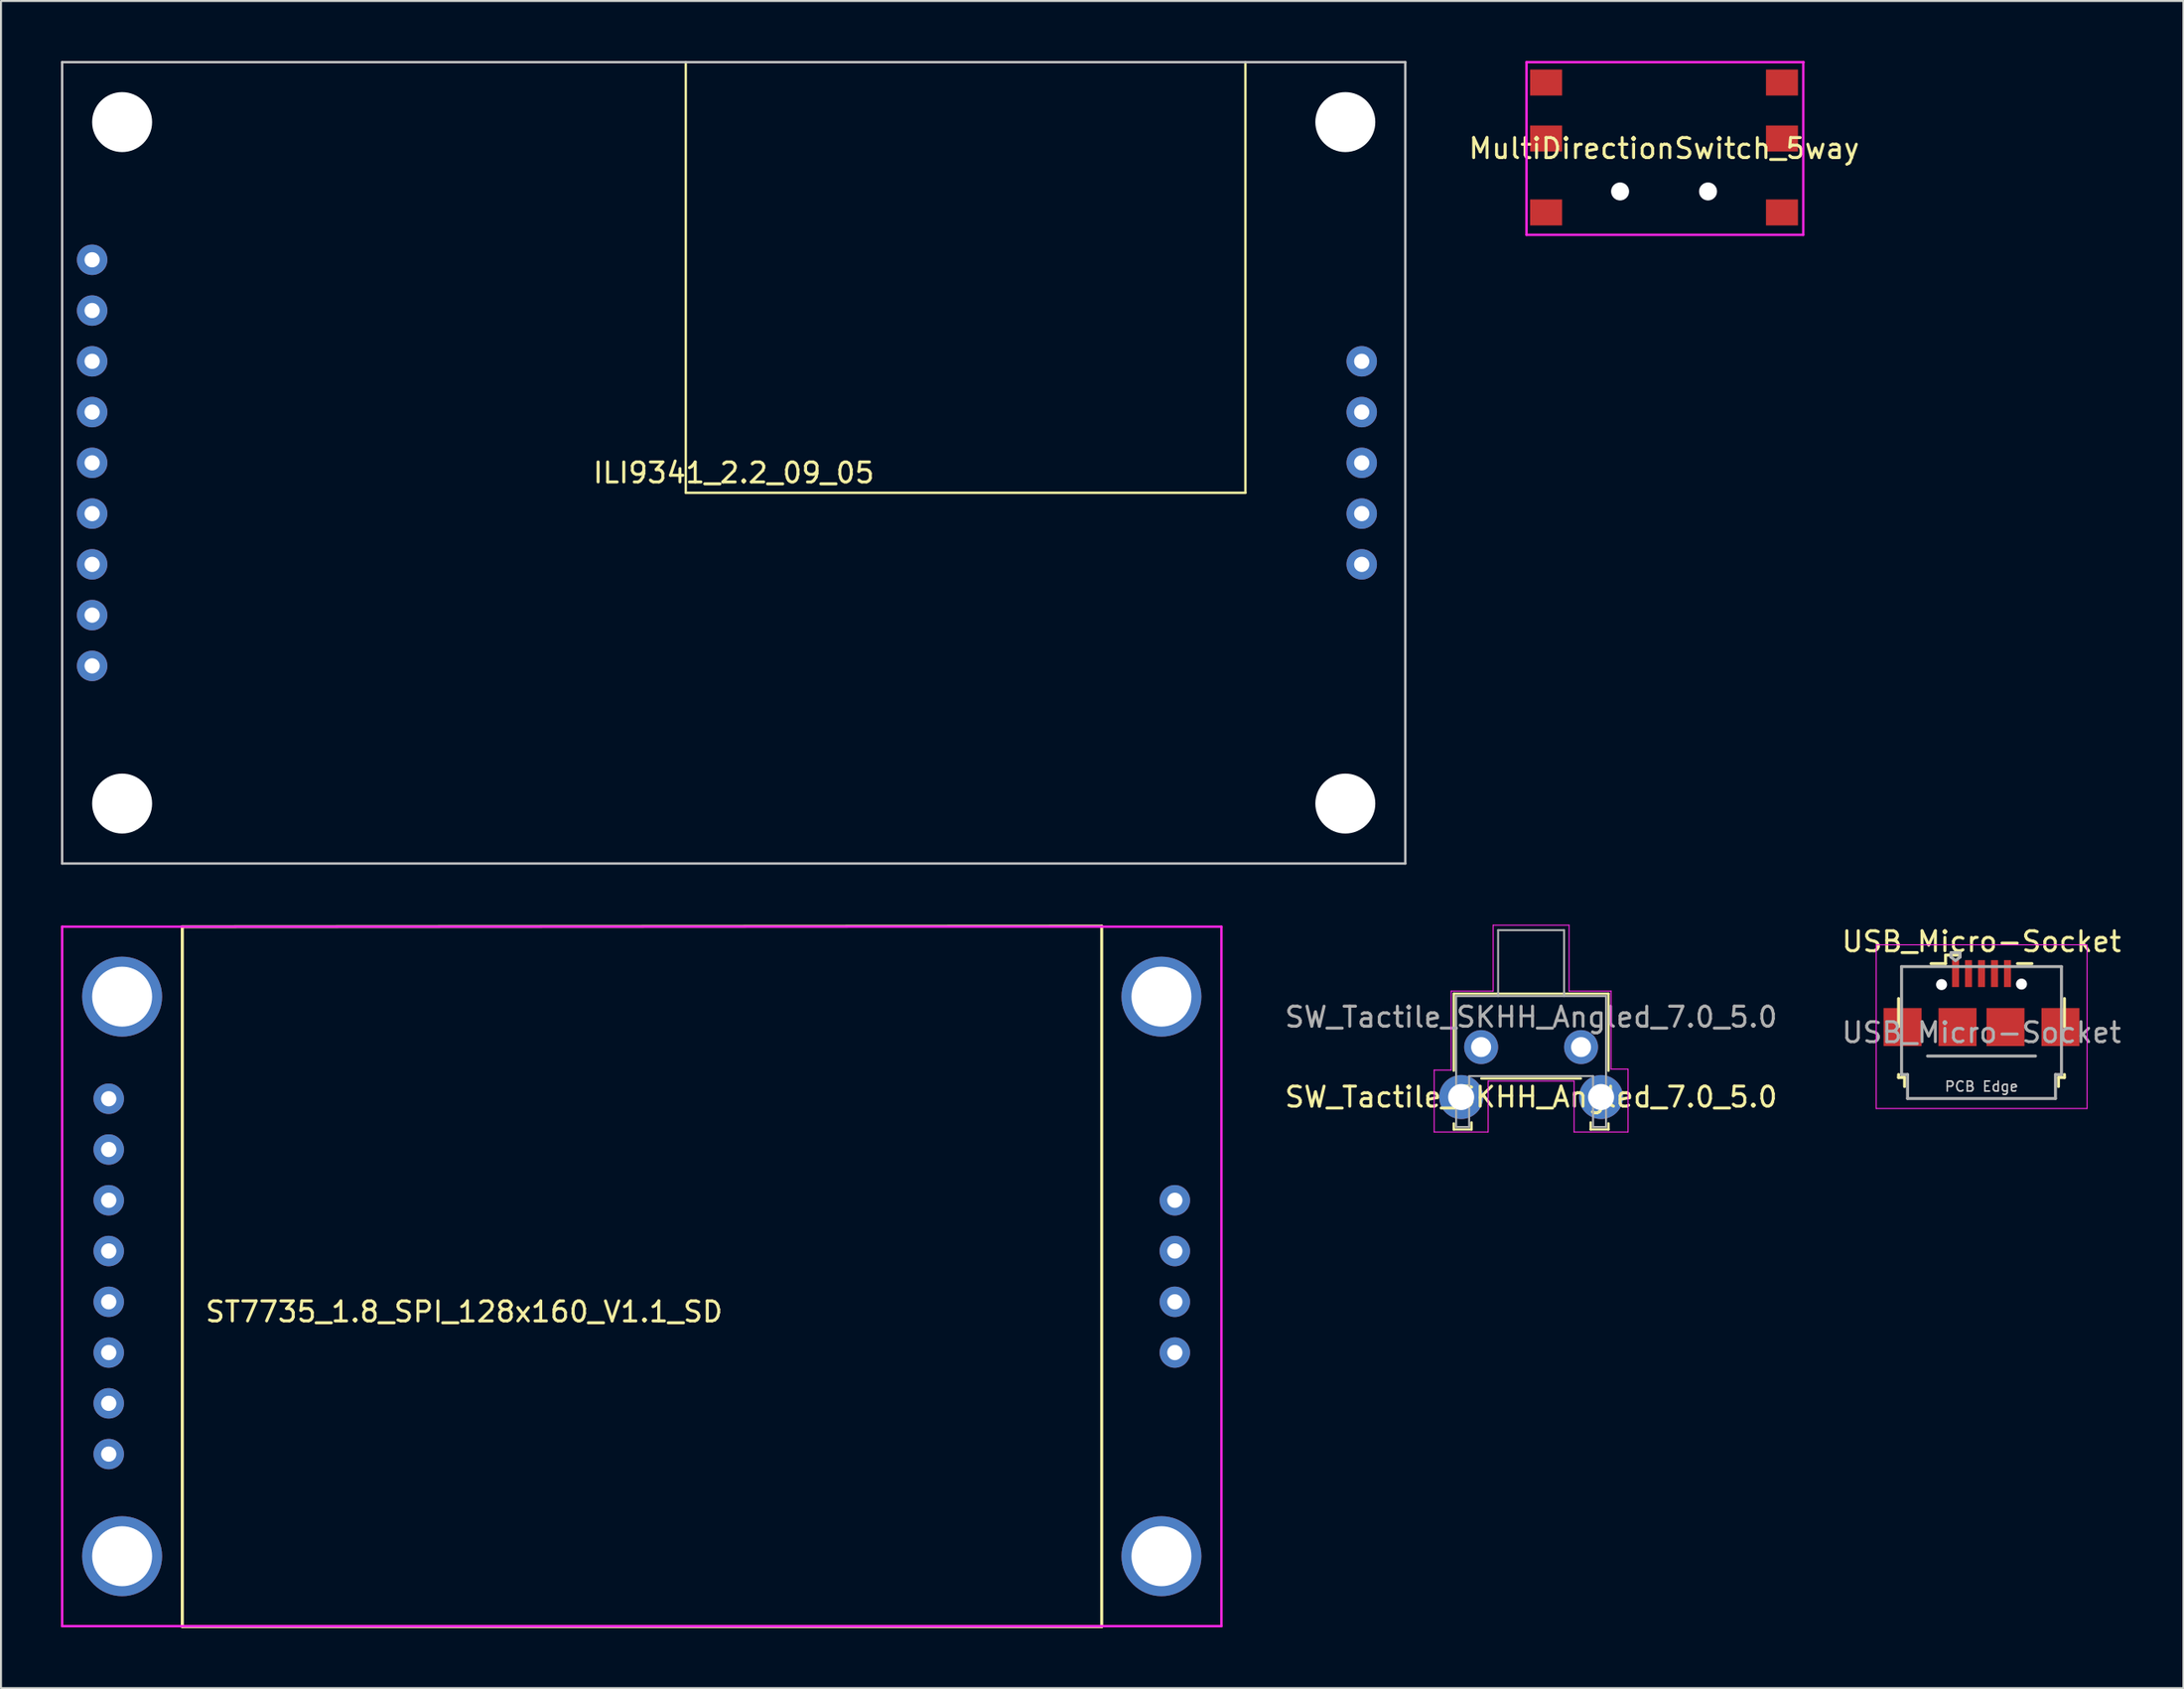
<source format=kicad_pcb>
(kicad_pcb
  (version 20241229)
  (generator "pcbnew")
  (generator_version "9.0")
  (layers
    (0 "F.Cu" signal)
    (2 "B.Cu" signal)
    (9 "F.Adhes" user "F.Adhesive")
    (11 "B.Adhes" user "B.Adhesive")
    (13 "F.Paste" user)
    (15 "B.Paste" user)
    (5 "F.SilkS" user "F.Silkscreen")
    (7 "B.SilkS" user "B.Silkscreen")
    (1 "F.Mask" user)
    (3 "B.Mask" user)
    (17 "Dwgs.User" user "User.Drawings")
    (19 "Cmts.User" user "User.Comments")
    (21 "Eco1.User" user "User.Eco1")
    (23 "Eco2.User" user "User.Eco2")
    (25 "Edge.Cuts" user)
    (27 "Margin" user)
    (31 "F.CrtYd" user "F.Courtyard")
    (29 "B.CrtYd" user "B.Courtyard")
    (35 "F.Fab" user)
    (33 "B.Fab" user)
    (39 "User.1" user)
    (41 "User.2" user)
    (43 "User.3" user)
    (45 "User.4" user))
  (footprint "ILI9341_2.2_09_05"
    (layer "F.Cu")
    (at 33.66 20.11)
    (property "Reference" "ILI9341_2.2_09_05" (at 0 0.5 0) (layer "F.SilkS") (effects (font (size 1 1) (thickness 0.15))))
    (attr through_hole)
    (fp_line (start -2.4 1.5) (end -2.4 -20.05) (stroke (width 0.12) (type solid)) (layer "F.SilkS"))
    (fp_line (start 25.6 -20.05) (end 25.6 1.5) (stroke (width 0.12) (type solid)) (layer "F.SilkS"))
    (fp_line (start 25.6 1.5) (end -2.4 1.5) (stroke (width 0.12) (type solid)) (layer "F.SilkS"))
    (fp_line (start -33.6 -20.05) (end 33.6 -20.05) (stroke (width 0.12) (type solid)) (layer "Dwgs.User"))
    (fp_line (start -33.6 20.05) (end -33.6 -20.05) (stroke (width 0.12) (type solid)) (layer "Dwgs.User"))
    (fp_line (start -33.6 20.05) (end 33.6 20.05) (stroke (width 0.12) (type solid)) (layer "Dwgs.User"))
    (fp_line (start 33.6 -20.05) (end 33.6 20.05) (stroke (width 0.12) (type solid)) (layer "Dwgs.User"))
    (pad "" np_thru_hole circle (at -30.6 -17.05) (size 3 3) (drill 3) (layers "*.Cu" "*.Mask"))
    (pad "" np_thru_hole circle (at -30.6 17.05) (size 3 3) (drill 3) (layers "*.Cu" "*.Mask"))
    (pad "" np_thru_hole circle (at 30.6 -17.05) (size 3 3) (drill 3) (layers "*.Cu" "*.Mask"))
    (pad "" np_thru_hole circle (at 30.6 17.05) (size 3 3) (drill 3) (layers "*.Cu" "*.Mask"))
    (pad "1" thru_hole circle (at -32.1 -10.16) (size 1.524 1.524) (drill 0.762) (layers "*.Cu" "*.Mask"))
    (pad "2" thru_hole circle (at -32.1 -7.62) (size 1.524 1.524) (drill 0.762) (layers "*.Cu" "*.Mask"))
    (pad "3" thru_hole circle (at -32.1 -5.08) (size 1.524 1.524) (drill 0.762) (layers "*.Cu" "*.Mask"))
    (pad "4" thru_hole circle (at -32.1 -2.54) (size 1.524 1.524) (drill 0.762) (layers "*.Cu" "*.Mask"))
    (pad "5" thru_hole circle (at -32.1 0) (size 1.524 1.524) (drill 0.762) (layers "*.Cu" "*.Mask"))
    (pad "6" thru_hole circle (at -32.1 2.54) (size 1.524 1.524) (drill 0.762) (layers "*.Cu" "*.Mask"))
    (pad "7" thru_hole circle (at -32.1 5.08) (size 1.524 1.524) (drill 0.762) (layers "*.Cu" "*.Mask"))
    (pad "8" thru_hole circle (at -32.1 7.62) (size 1.524 1.524) (drill 0.762) (layers "*.Cu" "*.Mask"))
    (pad "9" thru_hole circle (at -32.1 10.16) (size 1.524 1.524) (drill 0.762) (layers "*.Cu" "*.Mask"))
    (pad "10" thru_hole circle (at 31.42 -5.08) (size 1.524 1.524) (drill 0.762) (layers "*.Cu" "*.Mask"))
    (pad "11" thru_hole circle (at 31.42 -2.54) (size 1.524 1.524) (drill 0.762) (layers "*.Cu" "*.Mask"))
    (pad "12" thru_hole circle (at 31.42 0) (size 1.524 1.524) (drill 0.762) (layers "*.Cu" "*.Mask"))
    (pad "13" thru_hole circle (at 31.42 2.54) (size 1.524 1.524) (drill 0.762) (layers "*.Cu" "*.Mask"))
    (pad "14" thru_hole circle (at 31.42 5.08) (size 1.524 1.524) (drill 0.762) (layers "*.Cu" "*.Mask")))
  (footprint "SW_Tactile_SKHH_Angled_7.0_5.0"
    (layer "F.Cu")
    (at 73.555 46.695)
    (property "Reference" "SW_Tactile_SKHH_Angled_7.0_5.0" (at 0 5.15 0) (layer "F.SilkS") (effects (font (size 1 1) (thickness 0.15))))
    (attr through_hole)
    (fp_line (start -3.87 -0.02) (end -3.87 3.83) (stroke (width 0.12) (type solid)) (layer "F.SilkS"))
    (fp_line (start -3.87 6.47) (end -3.87 6.77) (stroke (width 0.12) (type solid)) (layer "F.SilkS"))
    (fp_line (start -2.98 6.77) (end -3.87 6.77) (stroke (width 0.12) (type solid)) (layer "F.SilkS"))
    (fp_line (start -2.98 6.77) (end -2.98 6.42) (stroke (width 0.12) (type solid)) (layer "F.SilkS"))
    (fp_line (start -2.49 4.22) (end 2.49 4.22) (stroke (width 0.12) (type solid)) (layer "F.SilkS"))
    (fp_line (start 2.98 6.77) (end 2.98 6.42) (stroke (width 0.12) (type solid)) (layer "F.SilkS"))
    (fp_line (start 3.87 -0.02) (end -3.87 -0.02) (stroke (width 0.12) (type solid)) (layer "F.SilkS"))
    (fp_line (start 3.87 3.83) (end 3.87 -0.02) (stroke (width 0.12) (type solid)) (layer "F.SilkS"))
    (fp_line (start 3.87 6.47) (end 3.87 6.77) (stroke (width 0.12) (type solid)) (layer "F.SilkS"))
    (fp_line (start 3.87 6.77) (end 2.98 6.77) (stroke (width 0.12) (type solid)) (layer "F.SilkS"))
    (fp_line (start -4.85 3.8) (end -4 3.8) (stroke (width 0.05) (type solid)) (layer "F.CrtYd"))
    (fp_line (start -4.85 6.9) (end -4.85 3.8) (stroke (width 0.05) (type solid)) (layer "F.CrtYd"))
    (fp_line (start -4 3.8) (end -4 -0.15) (stroke (width 0.05) (type solid)) (layer "F.CrtYd"))
    (fp_line (start -2.15 4.35) (end 2.15 4.35) (stroke (width 0.05) (type solid)) (layer "F.CrtYd"))
    (fp_line (start -2.15 6.9) (end -4.85 6.9) (stroke (width 0.05) (type solid)) (layer "F.CrtYd"))
    (fp_line (start -2.15 6.9) (end -2.15 4.35) (stroke (width 0.05) (type solid)) (layer "F.CrtYd"))
    (fp_line (start -1.9 -3.45) (end -1.9 -0.15) (stroke (width 0.05) (type solid)) (layer "F.CrtYd"))
    (fp_line (start -1.9 -0.15) (end -4 -0.15) (stroke (width 0.05) (type solid)) (layer "F.CrtYd"))
    (fp_line (start 1.9 -3.45) (end -1.9 -3.45) (stroke (width 0.05) (type solid)) (layer "F.CrtYd"))
    (fp_line (start 1.9 -0.15) (end 1.9 -3.45) (stroke (width 0.05) (type solid)) (layer "F.CrtYd"))
    (fp_line (start 2.15 4.35) (end 2.15 6.9) (stroke (width 0.05) (type solid)) (layer "F.CrtYd"))
    (fp_line (start 2.15 6.9) (end 4.85 6.9) (stroke (width 0.05) (type solid)) (layer "F.CrtYd"))
    (fp_line (start 4 -0.15) (end 1.9 -0.15) (stroke (width 0.05) (type solid)) (layer "F.CrtYd"))
    (fp_line (start 4 3.75) (end 4 -0.15) (stroke (width 0.05) (type solid)) (layer "F.CrtYd"))
    (fp_line (start 4.85 3.75) (end 4 3.75) (stroke (width 0.05) (type solid)) (layer "F.CrtYd"))
    (fp_line (start 4.85 6.9) (end 4.85 3.75) (stroke (width 0.05) (type solid)) (layer "F.CrtYd"))
    (fp_line (start -3.75 6.65) (end -3.75 0.1) (stroke (width 0.1) (type solid)) (layer "F.Fab"))
    (fp_line (start -3.1 4.1) (end -3.1 6.65) (stroke (width 0.1) (type solid)) (layer "F.Fab"))
    (fp_line (start -3.1 6.65) (end -3.75 6.65) (stroke (width 0.1) (type solid)) (layer "F.Fab"))
    (fp_line (start -1.65 -3.2) (end 1.65 -3.2) (stroke (width 0.1) (type solid)) (layer "F.Fab"))
    (fp_line (start -1.65 0.1) (end -1.65 -3.2) (stroke (width 0.1) (type solid)) (layer "F.Fab"))
    (fp_line (start 1.65 0.1) (end 1.65 -3.2) (stroke (width 0.1) (type solid)) (layer "F.Fab"))
    (fp_line (start 3.1 4.1) (end -3.1 4.1) (stroke (width 0.1) (type solid)) (layer "F.Fab"))
    (fp_line (start 3.1 4.1) (end 3.1 6.65) (stroke (width 0.1) (type solid)) (layer "F.Fab"))
    (fp_line (start 3.75 0.1) (end -3.75 0.1) (stroke (width 0.1) (type solid)) (layer "F.Fab"))
    (fp_line (start 3.75 0.1) (end 3.75 6.65) (stroke (width 0.1) (type solid)) (layer "F.Fab"))
    (fp_line (start 3.75 6.65) (end 3.1 6.65) (stroke (width 0.1) (type solid)) (layer "F.Fab"))
    (fp_text user "${REFERENCE}" (at 0 1.15 0) (layer "F.Fab") (effects (font (size 1 1) (thickness 0.15))))
    (pad "" thru_hole circle (at -3.5 5.15 180) (size 2.2 2.2) (drill 1.3) (layers "*.Cu" "*.Mask"))
    (pad "" thru_hole circle (at 3.5 5.15 180) (size 2.2 2.2) (drill 1.3) (layers "*.Cu" "*.Mask"))
    (pad "1" thru_hole circle (at -2.5 2.65 180) (size 1.7 1.7) (drill 1) (layers "*.Cu" "*.Mask"))
    (pad "2" thru_hole circle (at 2.5 2.65 180) (size 1.7 1.7) (drill 1) (layers "*.Cu" "*.Mask")))
  (footprint "MultiDirectionSwitch_5way"
    (layer "F.Cu")
    (at 80.207 3.88)
    (property "Reference" "MultiDirectionSwitch_5way" (at 0 0.5 0) (layer "F.SilkS") (effects (font (size 1 1) (thickness 0.15))))
    (attr through_hole)
    (fp_line (start -6.881 -3.82) (end -6.881 4.821) (stroke (width 0.12) (type solid)) (layer "F.CrtYd"))
    (fp_line (start -6.881 4.821) (end 6.965 4.821) (stroke (width 0.12) (type solid)) (layer "F.CrtYd"))
    (fp_line (start 6.965 4.821) (end 6.965 -3.82) (stroke (width 0.12) (type solid)) (layer "F.CrtYd"))
    (fp_line (start 6.982 -3.82) (end -6.881 -3.82) (stroke (width 0.12) (type solid)) (layer "F.CrtYd"))
    (pad "" np_thru_hole circle (at -2.2 2.65) (size 0.9 0.9) (drill 0.9) (layers "*.Cu" "*.Mask"))
    (pad "" np_thru_hole circle (at 2.2 2.65) (size 0.9 0.9) (drill 0.9) (layers "*.Cu" "*.Mask"))
    (pad "1" smd rect (at -5.9 -2.8) (size 1.6 1.3) (layers "F.Cu" "F.Mask" "F.Paste"))
    (pad "2" smd rect (at -5.9 0) (size 1.6 1.3) (layers "F.Cu" "F.Mask" "F.Paste"))
    (pad "3" smd rect (at -5.9 3.7) (size 1.6 1.3) (layers "F.Cu" "F.Mask" "F.Paste"))
    (pad "4" smd rect (at 5.9 -2.8) (size 1.6 1.3) (layers "F.Cu" "F.Mask" "F.Paste"))
    (pad "5" smd rect (at 5.9 0) (size 1.6 1.3) (layers "F.Cu" "F.Mask" "F.Paste"))
    (pad "6" smd rect (at 5.9 3.7) (size 1.6 1.3) (layers "F.Cu" "F.Mask" "F.Paste")))
  (footprint "USB_Micro-Socket"
    (layer "F.Cu")
    (at 96.09 44.993)
    (property "Reference" "USB_Micro-Socket" (at 0 -0.925 0) (layer "F.SilkS") (effects (font (size 1 1) (thickness 0.15))))
    (attr smd)
    (fp_line (start -4.15 1.925) (end -4.15 3.325) (stroke (width 0.15) (type solid)) (layer "F.SilkS"))
    (fp_line (start -4.15 5.725) (end -4.15 5.875) (stroke (width 0.15) (type solid)) (layer "F.SilkS"))
    (fp_line (start -4.15 5.875) (end -3.85 5.875) (stroke (width 0.15) (type solid)) (layer "F.SilkS"))
    (fp_line (start -3.85 5.875) (end -3.85 6.325) (stroke (width 0.15) (type solid)) (layer "F.SilkS"))
    (fp_line (start -1.8 -0.25) (end -1.8 0.175) (stroke (width 0.15) (type solid)) (layer "F.SilkS"))
    (fp_line (start -1.8 0.175) (end -2.525 0.175) (stroke (width 0.15) (type solid)) (layer "F.SilkS"))
    (fp_line (start -1.075 -0.25) (end -1.8 -0.25) (stroke (width 0.15) (type solid)) (layer "F.SilkS"))
    (fp_line (start 1.8 0.175) (end 2.525 0.175) (stroke (width 0.15) (type solid)) (layer "F.SilkS"))
    (fp_line (start 3.85 5.875) (end 4.15 5.875) (stroke (width 0.15) (type solid)) (layer "F.SilkS"))
    (fp_line (start 3.85 6.325) (end 3.85 5.875) (stroke (width 0.15) (type solid)) (layer "F.SilkS"))
    (fp_line (start 4.15 3.325) (end 4.15 1.925) (stroke (width 0.15) (type solid)) (layer "F.SilkS"))
    (fp_line (start 4.15 5.875) (end 4.15 5.725) (stroke (width 0.15) (type solid)) (layer "F.SilkS"))
    (fp_line (start -5.27 -0.765) (end -5.27 7.425) (stroke (width 0.05) (type solid)) (layer "F.CrtYd"))
    (fp_line (start -5.27 7.425) (end 5.28 7.425) (stroke (width 0.05) (type solid)) (layer "F.CrtYd"))
    (fp_line (start 5.28 -0.765) (end -5.27 -0.765) (stroke (width 0.05) (type solid)) (layer "F.CrtYd"))
    (fp_line (start 5.28 7.425) (end 5.28 -0.765) (stroke (width 0.05) (type solid)) (layer "F.CrtYd"))
    (fp_line (start -4 0.325) (end -4 5.725) (stroke (width 0.15) (type solid)) (layer "F.Fab"))
    (fp_line (start -4 5.725) (end -3.7 5.725) (stroke (width 0.15) (type solid)) (layer "F.Fab"))
    (fp_line (start -3.7 5.725) (end -3.7 6.925) (stroke (width 0.15) (type solid)) (layer "F.Fab"))
    (fp_line (start -3.7 6.925) (end 3.7 6.925) (stroke (width 0.15) (type solid)) (layer "F.Fab"))
    (fp_line (start -2.7 4.8) (end 2.7 4.8) (stroke (width 0.15) (type solid)) (layer "F.Fab"))
    (fp_line (start -1.525 -0.375) (end -1.075 -0.375) (stroke (width 0.15) (type solid)) (layer "F.Fab"))
    (fp_line (start -1.525 -0.15) (end -1.525 -0.375) (stroke (width 0.15) (type solid)) (layer "F.Fab"))
    (fp_line (start -1.3 0.025) (end -1.525 -0.15) (stroke (width 0.15) (type solid)) (layer "F.Fab"))
    (fp_line (start -1.075 -0.375) (end -1.075 -0.15) (stroke (width 0.15) (type solid)) (layer "F.Fab"))
    (fp_line (start -1.075 -0.15) (end -1.3 0.025) (stroke (width 0.15) (type solid)) (layer "F.Fab"))
    (fp_line (start 3.7 5.725) (end 4 5.725) (stroke (width 0.15) (type solid)) (layer "F.Fab"))
    (fp_line (start 3.7 6.925) (end 3.7 5.725) (stroke (width 0.15) (type solid)) (layer "F.Fab"))
    (fp_line (start 4 0.325) (end -4 0.325) (stroke (width 0.15) (type solid)) (layer "F.Fab"))
    (fp_line (start 4 5.725) (end 4 0.325) (stroke (width 0.15) (type solid)) (layer "F.Fab"))
    (fp_text user "PCB Edge" (at 0 6.325 0) (layer "Dwgs.User") (effects (font (size 0.5 0.5) (thickness 0.08))))
    (fp_text user "${REFERENCE}" (at 0 3.625 0) (layer "F.Fab") (effects (font (size 1 1) (thickness 0.15))))
    (pad "" np_thru_hole circle (at -2 1.225) (size 0.55 0.55) (drill 0.55) (layers "*.Cu" "*.Mask"))
    (pad "" np_thru_hole circle (at 2 1.2) (size 0.55 0.55) (drill 0.55) (layers "*.Cu" "*.Mask"))
    (pad "1" smd rect (at -1.3 0.675) (size 0.35 1.35) (layers "F.Cu" "F.Mask" "F.Paste"))
    (pad "2" smd rect (at -0.65 0.675) (size 0.35 1.35) (layers "F.Cu" "F.Mask" "F.Paste"))
    (pad "3" smd rect (at 0 0.675) (size 0.35 1.35) (layers "F.Cu" "F.Mask" "F.Paste"))
    (pad "4" smd rect (at 0.65 0.675) (size 0.35 1.35) (layers "F.Cu" "F.Mask" "F.Paste"))
    (pad "5" smd rect (at 1.3 0.675) (size 0.35 1.35) (layers "F.Cu" "F.Mask" "F.Paste"))
    (pad "6" smd rect (at -3.95 3.35) (size 1.9 1.9) (layers "F.Cu" "F.Mask" "F.Paste"))
    (pad "6" smd rect (at -1.2 3.35) (size 1.9 1.9) (layers "F.Cu" "F.Mask" "F.Paste"))
    (pad "6" smd rect (at 1.2 3.35) (size 1.9 1.9) (layers "F.Cu" "F.Mask" "F.Paste"))
    (pad "6" smd rect (at 3.95 3.35) (size 1.9 1.9) (layers "F.Cu" "F.Mask" "F.Paste")))
  (footprint "ST7735_1.8_SPI_128x160_V1.1_SD"
    (layer "F.Cu")
    (at 29.06 60.821)
    (property "Reference" "ST7735_1.8_SPI_128x160_V1.1_SD" (at -8.89 1.77 0) (layer "F.SilkS") (effects (font (size 1 1) (thickness 0.15))))
    (attr through_hole)
    (fp_line (start -23 -17.5) (end -23 17.5) (stroke (width 0.12) (type solid)) (layer "F.SilkS"))
    (fp_line (start -22.987 -17.501) (end 23.012 -17.526) (stroke (width 0.15) (type solid)) (layer "F.SilkS"))
    (fp_line (start -22.987 17.526) (end -22.987 -17.501) (stroke (width 0.15) (type solid)) (layer "F.SilkS"))
    (fp_line (start 23 -17.5) (end 23 17.5) (stroke (width 0.12) (type solid)) (layer "F.SilkS"))
    (fp_line (start 23.012 -17.526) (end 23.012 17.526) (stroke (width 0.15) (type solid)) (layer "F.SilkS"))
    (fp_line (start 23.012 17.526) (end -22.987 17.526) (stroke (width 0.15) (type solid)) (layer "F.SilkS"))
    (fp_line (start -29 -17.5) (end 29 -17.5) (stroke (width 0.12) (type solid)) (layer "F.CrtYd"))
    (fp_line (start -29 17.5) (end -29 -17.5) (stroke (width 0.12) (type solid)) (layer "F.CrtYd"))
    (fp_line (start 29 -17.5) (end 29 17.5) (stroke (width 0.12) (type solid)) (layer "F.CrtYd"))
    (fp_line (start 29 17.5) (end -29 17.5) (stroke (width 0.12) (type solid)) (layer "F.CrtYd"))
    (pad "" np_thru_hole circle (at -26 -14) (size 4 4) (drill 3) (layers "*.Cu" "*.Mask"))
    (pad "" np_thru_hole circle (at -26 14) (size 4 4) (drill 3) (layers "*.Cu" "*.Mask"))
    (pad "" np_thru_hole circle (at 26 -14) (size 4 4) (drill 3) (layers "*.Cu" "*.Mask"))
    (pad "" np_thru_hole circle (at 26 14) (size 4 4) (drill 3) (layers "*.Cu" "*.Mask"))
    (pad "1" thru_hole circle (at -26.67 -8.89) (size 1.524 1.524) (drill 0.762) (layers "*.Cu" "*.Mask"))
    (pad "2" thru_hole circle (at -26.67 -6.35) (size 1.524 1.524) (drill 0.762) (layers "*.Cu" "*.Mask"))
    (pad "3" thru_hole circle (at -26.67 -3.81) (size 1.524 1.524) (drill 0.762) (layers "*.Cu" "*.Mask"))
    (pad "4" thru_hole circle (at -26.67 -1.27) (size 1.524 1.524) (drill 0.762) (layers "*.Cu" "*.Mask"))
    (pad "5" thru_hole circle (at -26.67 1.27) (size 1.524 1.524) (drill 0.762) (layers "*.Cu" "*.Mask"))
    (pad "6" thru_hole circle (at -26.67 3.81) (size 1.524 1.524) (drill 0.762) (layers "*.Cu" "*.Mask"))
    (pad "7" thru_hole circle (at -26.67 6.35) (size 1.524 1.524) (drill 0.762) (layers "*.Cu" "*.Mask"))
    (pad "8" thru_hole circle (at -26.67 8.89) (size 1.524 1.524) (drill 0.762) (layers "*.Cu" "*.Mask"))
    (pad "9" thru_hole circle (at 26.67 -3.81) (size 1.524 1.524) (drill 0.762) (layers "*.Cu" "*.Mask"))
    (pad "10" thru_hole circle (at 26.67 -1.27) (size 1.524 1.524) (drill 0.762) (layers "*.Cu" "*.Mask"))
    (pad "11" thru_hole circle (at 26.67 1.27) (size 1.524 1.524) (drill 0.762) (layers "*.Cu" "*.Mask"))
    (pad "12" thru_hole circle (at 26.67 3.81) (size 1.524 1.524) (drill 0.762) (layers "*.Cu" "*.Mask")))
  (gr_rect
    (start -3 -3)
    (end 106.191 81.422)
    (stroke (width 0.1) (type default))
    (fill no)
    (layer "Edge.Cuts")))
</source>
